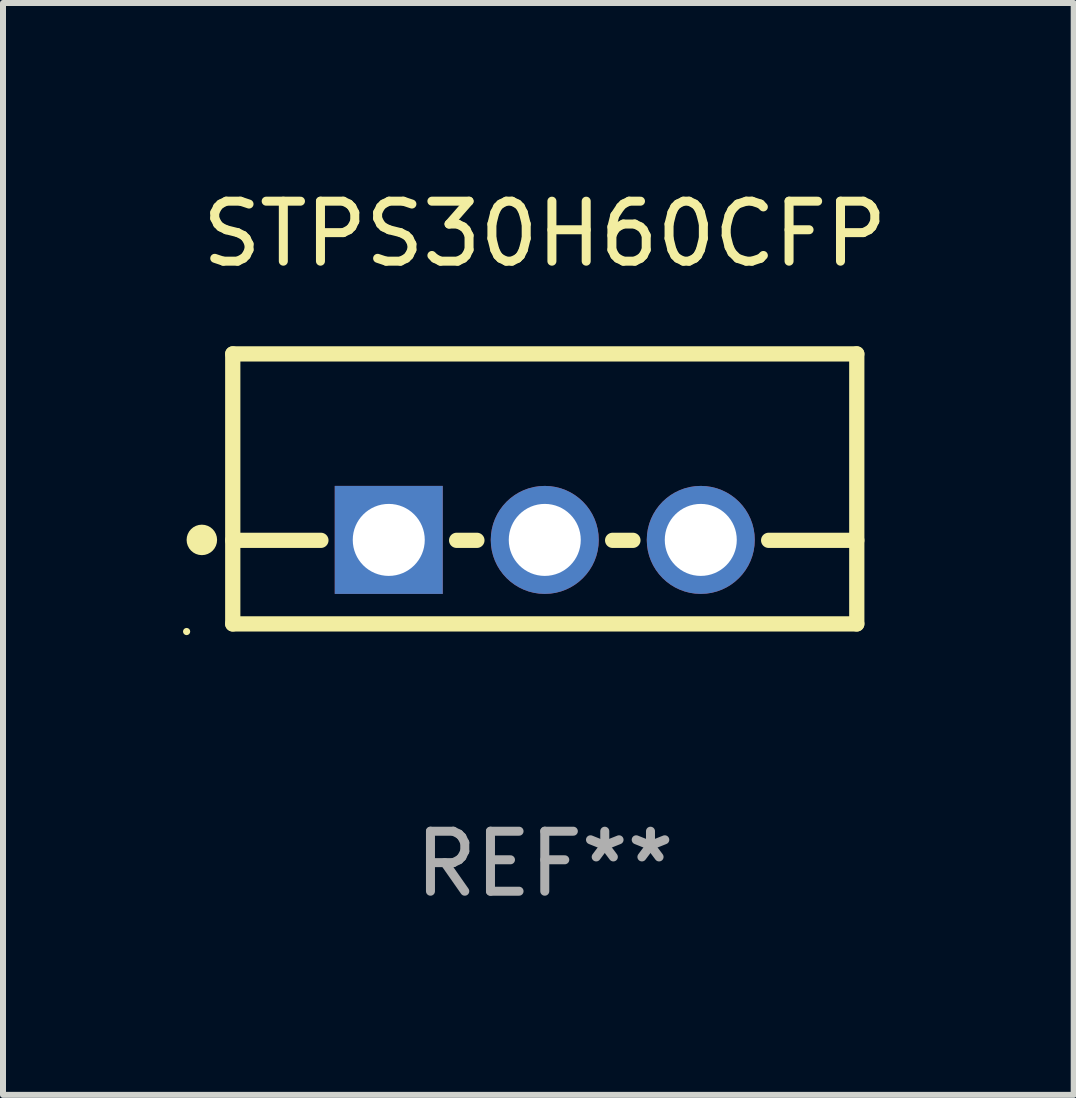
<source format=kicad_pcb>
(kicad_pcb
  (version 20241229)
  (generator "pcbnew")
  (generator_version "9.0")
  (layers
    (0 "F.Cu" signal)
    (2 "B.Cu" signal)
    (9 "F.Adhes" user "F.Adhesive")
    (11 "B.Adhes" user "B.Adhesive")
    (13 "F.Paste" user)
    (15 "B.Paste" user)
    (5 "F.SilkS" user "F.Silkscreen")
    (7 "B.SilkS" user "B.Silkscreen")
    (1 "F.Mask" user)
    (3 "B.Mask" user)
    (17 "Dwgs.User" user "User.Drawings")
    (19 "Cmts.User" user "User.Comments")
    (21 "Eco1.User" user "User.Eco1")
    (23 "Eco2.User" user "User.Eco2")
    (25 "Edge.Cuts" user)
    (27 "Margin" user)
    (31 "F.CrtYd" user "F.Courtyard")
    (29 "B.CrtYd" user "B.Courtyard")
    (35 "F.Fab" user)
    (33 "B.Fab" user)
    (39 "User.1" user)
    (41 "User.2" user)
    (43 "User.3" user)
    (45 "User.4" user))
  (footprint "STPS30H60CFP"
    (layer "F.Cu")
    (at 6.029 5.098)
    (property "Reference" "STPS30H60CFP" (at 0 -4.25 0) (layer "F.SilkS") (effects (font (size 1 1) (thickness 0.15))))
    (attr through_hole)
    (fp_line (start -5.2 -2.25) (end -5.2 2.25) (stroke (width 0.254) (type solid)) (layer "F.SilkS"))
    (fp_line (start -5.2 -2.25) (end 5.2 -2.25) (stroke (width 0.254) (type solid)) (layer "F.SilkS"))
    (fp_line (start -5.2 0.857) (end -3.731 0.857) (stroke (width 0.254) (type solid)) (layer "F.SilkS"))
    (fp_line (start -5.2 2.25) (end 5.2 2.25) (stroke (width 0.254) (type solid)) (layer "F.SilkS"))
    (fp_line (start -1.469 0.857) (end -1.131 0.857) (stroke (width 0.254) (type solid)) (layer "F.SilkS"))
    (fp_line (start 1.131 0.857) (end 1.469 0.857) (stroke (width 0.254) (type solid)) (layer "F.SilkS"))
    (fp_line (start 3.731 0.857) (end 5.2 0.857) (stroke (width 0.254) (type solid)) (layer "F.SilkS"))
    (fp_line (start 5.2 -2.25) (end 5.2 2.25) (stroke (width 0.254) (type solid)) (layer "F.SilkS"))
    (fp_circle (center -5.969 2.377) (end -5.939 2.377) (stroke (width 0.06) (type solid)) (fill no) (layer "F.SilkS"))
    (fp_circle (center -5.715 0.85) (end -5.588 0.85) (stroke (width 0.254) (type solid)) (fill no) (layer "F.SilkS"))
    (fp_text user "REF**" (at 0 6.25 0) (layer "F.Fab") (effects (font (size 1 1) (thickness 0.15))))
    (pad "1" thru_hole rect (at -2.6 0.85) (size 1.8 1.8) (drill 1.2) (layers "*.Cu" "*.Mask"))
    (pad "2" thru_hole circle (at 0 0.85) (size 1.8 1.8) (drill 1.2) (layers "*.Cu" "*.Mask"))
    (pad "3" thru_hole circle (at 2.6 0.85) (size 1.8 1.8) (drill 1.2) (layers "*.Cu" "*.Mask")))
  (gr_rect
    (start -3 -3)
    (end 14.844 15.197)
    (stroke (width 0.1) (type default))
    (fill no)
    (layer "Edge.Cuts")))
</source>
